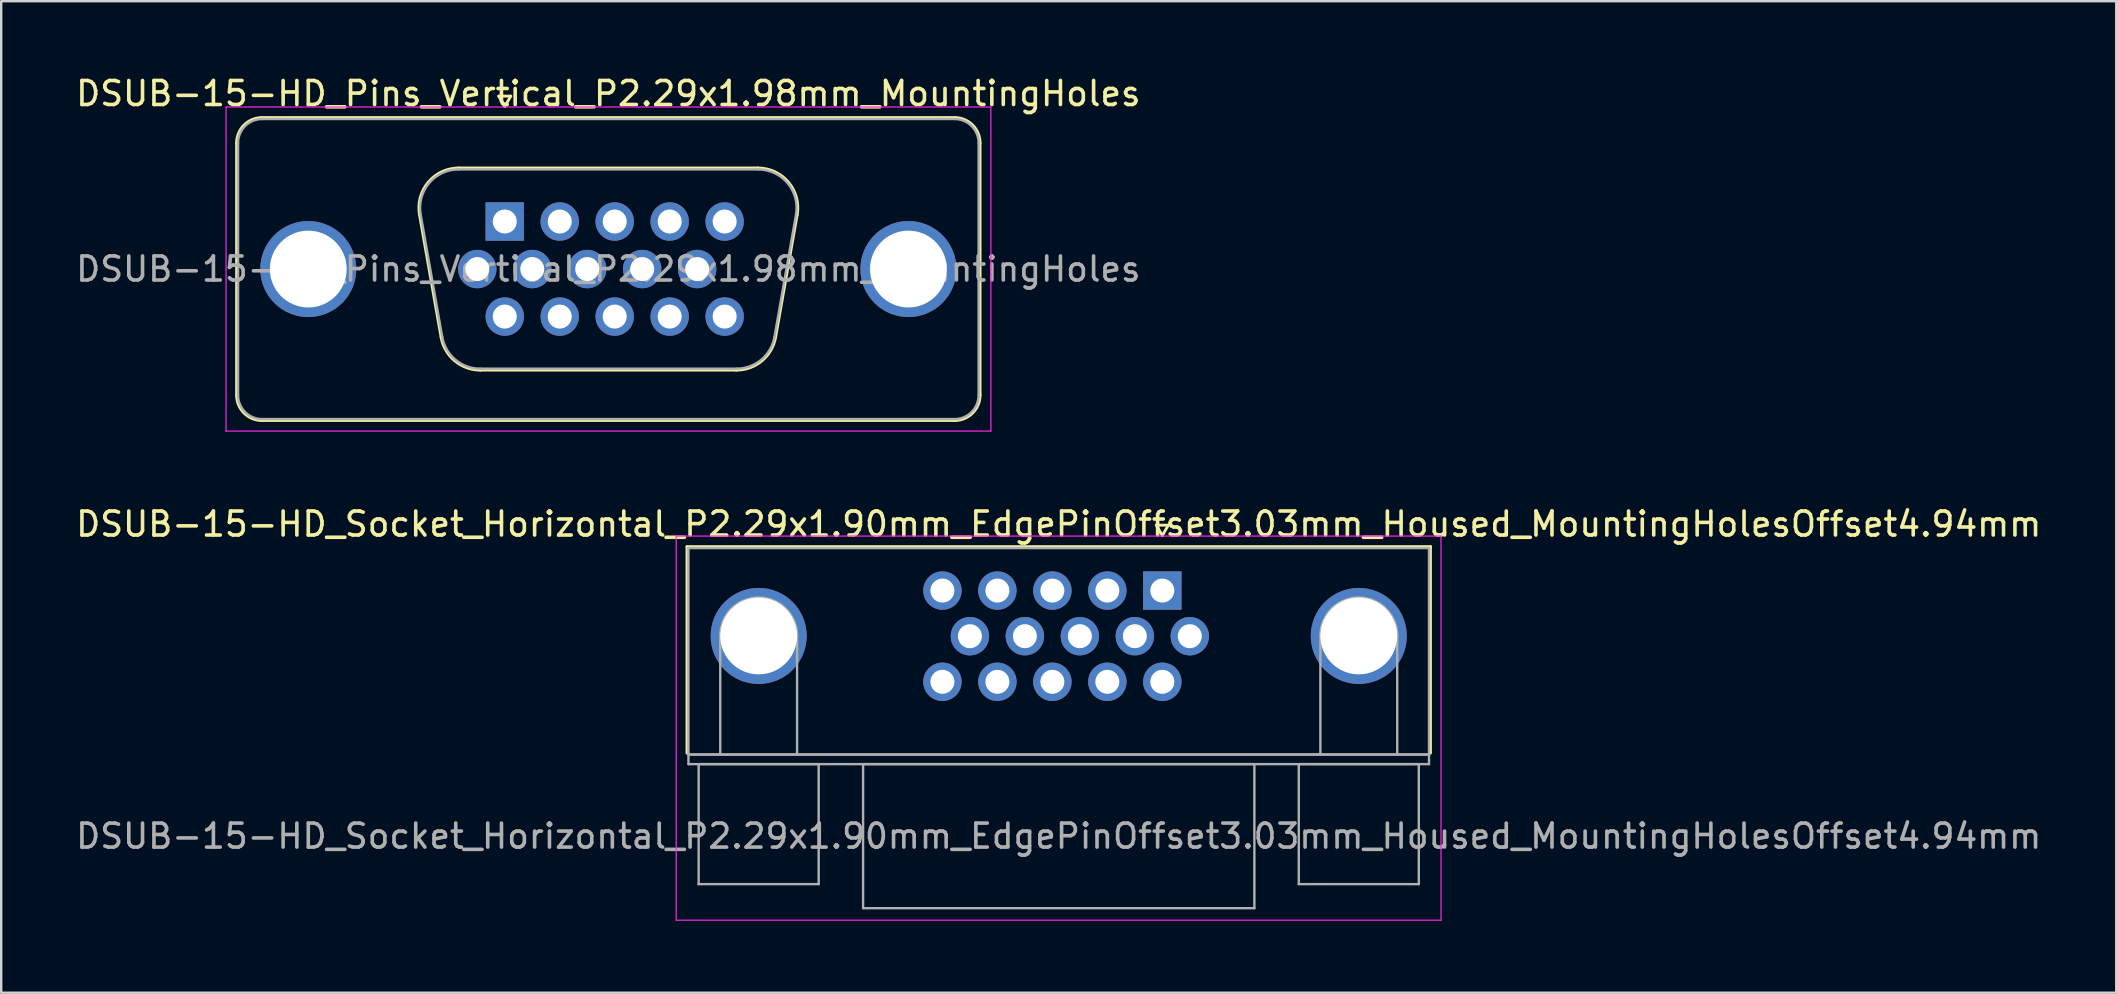
<source format=kicad_pcb>
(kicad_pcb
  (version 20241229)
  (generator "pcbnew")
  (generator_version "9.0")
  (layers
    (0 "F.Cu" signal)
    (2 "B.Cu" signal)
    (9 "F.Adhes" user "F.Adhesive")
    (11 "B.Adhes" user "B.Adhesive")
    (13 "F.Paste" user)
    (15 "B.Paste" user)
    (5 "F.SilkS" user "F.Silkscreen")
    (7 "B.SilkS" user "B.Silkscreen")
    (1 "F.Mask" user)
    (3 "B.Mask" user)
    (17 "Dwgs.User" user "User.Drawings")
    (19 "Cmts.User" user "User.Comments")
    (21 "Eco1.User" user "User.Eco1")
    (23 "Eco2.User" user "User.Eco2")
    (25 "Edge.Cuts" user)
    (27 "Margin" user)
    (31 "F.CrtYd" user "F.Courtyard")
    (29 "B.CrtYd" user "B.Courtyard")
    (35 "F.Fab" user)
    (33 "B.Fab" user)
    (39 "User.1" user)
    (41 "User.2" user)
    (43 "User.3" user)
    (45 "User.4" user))
  (footprint "DSUB-15-HD_Socket_Horizontal_P2.29x1.90mm_EdgePinOffset3.03mm_Housed_MountingHolesOffset4.94mm"
    (layer "F.Cu")
    (at 45.369 21.552)
    (property "Reference" "DSUB-15-HD_Socket_Horizontal_P2.29x1.90mm_EdgePinOffset3.03mm_Housed_MountingHolesOffset4.94mm" (at -4.315 -2.77 0) (layer "F.SilkS") (effects (font (size 1 1) (thickness 0.15))))
    (attr through_hole)
    (fp_line (start -19.8 -1.83) (end 11.17 -1.83) (stroke (width 0.12) (type solid)) (layer "F.SilkS"))
    (fp_line (start -19.8 6.77) (end -19.8 -1.83) (stroke (width 0.12) (type solid)) (layer "F.SilkS"))
    (fp_line (start -0.25 -2.724) (end 0.25 -2.724) (stroke (width 0.12) (type solid)) (layer "F.SilkS"))
    (fp_line (start 0 -2.291) (end -0.25 -2.724) (stroke (width 0.12) (type solid)) (layer "F.SilkS"))
    (fp_line (start 0.25 -2.724) (end 0 -2.291) (stroke (width 0.12) (type solid)) (layer "F.SilkS"))
    (fp_line (start 11.17 -1.83) (end 11.17 6.77) (stroke (width 0.12) (type solid)) (layer "F.SilkS"))
    (fp_line (start -20.25 -2.27) (end -20.25 13.73) (stroke (width 0.05) (type solid)) (layer "F.CrtYd"))
    (fp_line (start -20.25 13.73) (end 11.61 13.73) (stroke (width 0.05) (type solid)) (layer "F.CrtYd"))
    (fp_line (start 11.61 -2.27) (end -20.25 -2.27) (stroke (width 0.05) (type solid)) (layer "F.CrtYd"))
    (fp_line (start 11.61 13.73) (end 11.61 -2.27) (stroke (width 0.05) (type solid)) (layer "F.CrtYd"))
    (fp_line (start -19.74 -1.77) (end -19.74 6.83) (stroke (width 0.1) (type solid)) (layer "F.Fab"))
    (fp_line (start -19.74 6.83) (end -19.74 7.23) (stroke (width 0.1) (type solid)) (layer "F.Fab"))
    (fp_line (start -19.74 6.83) (end 11.11 6.83) (stroke (width 0.1) (type solid)) (layer "F.Fab"))
    (fp_line (start -19.74 7.23) (end 11.11 7.23) (stroke (width 0.1) (type solid)) (layer "F.Fab"))
    (fp_line (start -19.315 7.23) (end -19.315 12.23) (stroke (width 0.1) (type solid)) (layer "F.Fab"))
    (fp_line (start -19.315 12.23) (end -14.315 12.23) (stroke (width 0.1) (type solid)) (layer "F.Fab"))
    (fp_line (start -18.415 6.83) (end -18.415 1.89) (stroke (width 0.1) (type solid)) (layer "F.Fab"))
    (fp_line (start -15.215 6.83) (end -15.215 1.89) (stroke (width 0.1) (type solid)) (layer "F.Fab"))
    (fp_line (start -14.315 7.23) (end -19.315 7.23) (stroke (width 0.1) (type solid)) (layer "F.Fab"))
    (fp_line (start -14.315 12.23) (end -14.315 7.23) (stroke (width 0.1) (type solid)) (layer "F.Fab"))
    (fp_line (start -12.465 7.23) (end -12.465 13.23) (stroke (width 0.1) (type solid)) (layer "F.Fab"))
    (fp_line (start -12.465 13.23) (end 3.835 13.23) (stroke (width 0.1) (type solid)) (layer "F.Fab"))
    (fp_line (start 3.835 7.23) (end -12.465 7.23) (stroke (width 0.1) (type solid)) (layer "F.Fab"))
    (fp_line (start 3.835 13.23) (end 3.835 7.23) (stroke (width 0.1) (type solid)) (layer "F.Fab"))
    (fp_line (start 5.685 7.23) (end 5.685 12.23) (stroke (width 0.1) (type solid)) (layer "F.Fab"))
    (fp_line (start 5.685 12.23) (end 10.685 12.23) (stroke (width 0.1) (type solid)) (layer "F.Fab"))
    (fp_line (start 6.585 6.83) (end 6.585 1.89) (stroke (width 0.1) (type solid)) (layer "F.Fab"))
    (fp_line (start 9.785 6.83) (end 9.785 1.89) (stroke (width 0.1) (type solid)) (layer "F.Fab"))
    (fp_line (start 10.685 7.23) (end 5.685 7.23) (stroke (width 0.1) (type solid)) (layer "F.Fab"))
    (fp_line (start 10.685 12.23) (end 10.685 7.23) (stroke (width 0.1) (type solid)) (layer "F.Fab"))
    (fp_line (start 11.11 -1.77) (end -19.74 -1.77) (stroke (width 0.1) (type solid)) (layer "F.Fab"))
    (fp_line (start 11.11 6.83) (end -19.74 6.83) (stroke (width 0.1) (type solid)) (layer "F.Fab"))
    (fp_line (start 11.11 6.83) (end 11.11 -1.77) (stroke (width 0.1) (type solid)) (layer "F.Fab"))
    (fp_line (start 11.11 7.23) (end 11.11 6.83) (stroke (width 0.1) (type solid)) (layer "F.Fab"))
    (fp_arc (start -18.415 1.89) (mid -16.815 0.29) (end -15.215 1.89) (stroke (width 0.1) (type solid)) (layer "F.Fab"))
    (fp_arc (start 6.585 1.89) (mid 8.185 0.29) (end 9.785 1.89) (stroke (width 0.1) (type solid)) (layer "F.Fab"))
    (fp_text user "${REFERENCE}" (at -4.315 10.23 0) (layer "F.Fab") (effects (font (size 1 1) (thickness 0.15))))
    (pad "0" thru_hole circle (at -16.815 1.89) (size 4 4) (drill 3.2) (layers "*.Cu" "*.Mask"))
    (pad "0" thru_hole circle (at 8.185 1.89) (size 4 4) (drill 3.2) (layers "*.Cu" "*.Mask"))
    (pad "1" thru_hole rect (at 0 0) (size 1.6 1.6) (drill 1) (layers "*.Cu" "*.Mask"))
    (pad "2" thru_hole circle (at -2.29 0) (size 1.6 1.6) (drill 1) (layers "*.Cu" "*.Mask"))
    (pad "3" thru_hole circle (at -4.58 0) (size 1.6 1.6) (drill 1) (layers "*.Cu" "*.Mask"))
    (pad "4" thru_hole circle (at -6.87 0) (size 1.6 1.6) (drill 1) (layers "*.Cu" "*.Mask"))
    (pad "5" thru_hole circle (at -9.16 0) (size 1.6 1.6) (drill 1) (layers "*.Cu" "*.Mask"))
    (pad "6" thru_hole circle (at 1.145 1.9) (size 1.6 1.6) (drill 1) (layers "*.Cu" "*.Mask"))
    (pad "7" thru_hole circle (at -1.145 1.9) (size 1.6 1.6) (drill 1) (layers "*.Cu" "*.Mask"))
    (pad "8" thru_hole circle (at -3.435 1.9) (size 1.6 1.6) (drill 1) (layers "*.Cu" "*.Mask"))
    (pad "9" thru_hole circle (at -5.725 1.9) (size 1.6 1.6) (drill 1) (layers "*.Cu" "*.Mask"))
    (pad "10" thru_hole circle (at -8.015 1.9) (size 1.6 1.6) (drill 1) (layers "*.Cu" "*.Mask"))
    (pad "11" thru_hole circle (at 0 3.8) (size 1.6 1.6) (drill 1) (layers "*.Cu" "*.Mask"))
    (pad "12" thru_hole circle (at -2.29 3.8) (size 1.6 1.6) (drill 1) (layers "*.Cu" "*.Mask"))
    (pad "13" thru_hole circle (at -4.58 3.8) (size 1.6 1.6) (drill 1) (layers "*.Cu" "*.Mask"))
    (pad "14" thru_hole circle (at -6.87 3.8) (size 1.6 1.6) (drill 1) (layers "*.Cu" "*.Mask"))
    (pad "15" thru_hole circle (at -9.16 3.8) (size 1.6 1.6) (drill 1) (layers "*.Cu" "*.Mask")))
  (footprint "DSUB-15-HD_Pins_Vertical_P2.29x1.98mm_MountingHoles"
    (layer "F.Cu")
    (at 17.977 6.178)
    (property "Reference" "DSUB-15-HD_Pins_Vertical_P2.29x1.98mm_MountingHoles" (at 4.315 -5.33 0) (layer "F.SilkS") (effects (font (size 1 1) (thickness 0.15))))
    (attr through_hole)
    (fp_line (start -11.17 7.23) (end -11.17 -3.27) (stroke (width 0.12) (type solid)) (layer "F.SilkS"))
    (fp_line (start -10.11 -4.33) (end 18.74 -4.33) (stroke (width 0.12) (type solid)) (layer "F.SilkS"))
    (fp_line (start -2.652 4.818) (end -3.551 -0.282) (stroke (width 0.12) (type solid)) (layer "F.SilkS"))
    (fp_line (start -1.917 -2.23) (end 10.547 -2.23) (stroke (width 0.12) (type solid)) (layer "F.SilkS"))
    (fp_line (start -0.25 -5.224) (end 0.25 -5.224) (stroke (width 0.12) (type solid)) (layer "F.SilkS"))
    (fp_line (start 0 -4.791) (end -0.25 -5.224) (stroke (width 0.12) (type solid)) (layer "F.SilkS"))
    (fp_line (start 0.25 -5.224) (end 0 -4.791) (stroke (width 0.12) (type solid)) (layer "F.SilkS"))
    (fp_line (start 9.647 6.19) (end -1.017 6.19) (stroke (width 0.12) (type solid)) (layer "F.SilkS"))
    (fp_line (start 12.181 -0.282) (end 11.282 4.818) (stroke (width 0.12) (type solid)) (layer "F.SilkS"))
    (fp_line (start 18.74 8.29) (end -10.11 8.29) (stroke (width 0.12) (type solid)) (layer "F.SilkS"))
    (fp_line (start 19.8 -3.27) (end 19.8 7.23) (stroke (width 0.12) (type solid)) (layer "F.SilkS"))
    (fp_arc (start -11.17 -3.27) (mid -10.859533 -4.019533) (end -10.11 -4.33) (stroke (width 0.12) (type solid)) (layer "F.SilkS"))
    (fp_arc (start -10.11 8.29) (mid -10.859533 7.979533) (end -11.17 7.23) (stroke (width 0.12) (type solid)) (layer "F.SilkS"))
    (fp_arc (start -3.55147 -0.281744) (mid -3.188323 -1.637027) (end -1.916689 -2.23) (stroke (width 0.12) (type solid)) (layer "F.SilkS"))
    (fp_arc (start -1.017421 6.19) (mid -2.084449 5.801634) (end -2.652202 4.818256) (stroke (width 0.12) (type solid)) (layer "F.SilkS"))
    (fp_arc (start 10.546689 -2.23) (mid 11.818323 -1.637027) (end 12.18147 -0.281744) (stroke (width 0.12) (type solid)) (layer "F.SilkS"))
    (fp_arc (start 11.282202 4.818256) (mid 10.714449 5.801634) (end 9.647421 6.19) (stroke (width 0.12) (type solid)) (layer "F.SilkS"))
    (fp_arc (start 18.74 -4.33) (mid 19.489533 -4.019533) (end 19.8 -3.27) (stroke (width 0.12) (type solid)) (layer "F.SilkS"))
    (fp_arc (start 19.8 7.23) (mid 19.489533 7.979533) (end 18.74 8.29) (stroke (width 0.12) (type solid)) (layer "F.SilkS"))
    (fp_line (start -11.61 -4.77) (end -11.61 8.73) (stroke (width 0.05) (type solid)) (layer "F.CrtYd"))
    (fp_line (start -11.61 8.73) (end 20.25 8.73) (stroke (width 0.05) (type solid)) (layer "F.CrtYd"))
    (fp_line (start 20.25 -4.77) (end -11.61 -4.77) (stroke (width 0.05) (type solid)) (layer "F.CrtYd"))
    (fp_line (start 20.25 8.73) (end 20.25 -4.77) (stroke (width 0.05) (type solid)) (layer "F.CrtYd"))
    (fp_line (start -11.11 7.23) (end -11.11 -3.27) (stroke (width 0.1) (type solid)) (layer "F.Fab"))
    (fp_line (start -10.11 -4.27) (end 18.74 -4.27) (stroke (width 0.1) (type solid)) (layer "F.Fab"))
    (fp_line (start -2.605 4.808) (end -3.504 -0.292) (stroke (width 0.1) (type solid)) (layer "F.Fab"))
    (fp_line (start -1.928 -2.17) (end 10.558 -2.17) (stroke (width 0.1) (type solid)) (layer "F.Fab"))
    (fp_line (start 9.659 6.13) (end -1.029 6.13) (stroke (width 0.1) (type solid)) (layer "F.Fab"))
    (fp_line (start 12.134 -0.292) (end 11.235 4.808) (stroke (width 0.1) (type solid)) (layer "F.Fab"))
    (fp_line (start 18.74 8.23) (end -10.11 8.23) (stroke (width 0.1) (type solid)) (layer "F.Fab"))
    (fp_line (start 19.74 -3.27) (end 19.74 7.23) (stroke (width 0.1) (type solid)) (layer "F.Fab"))
    (fp_arc (start -11.11 -3.27) (mid -10.817107 -3.977107) (end -10.11 -4.27) (stroke (width 0.1) (type solid)) (layer "F.Fab"))
    (fp_arc (start -10.11 8.23) (mid -10.817107 7.937107) (end -11.11 7.23) (stroke (width 0.1) (type solid)) (layer "F.Fab"))
    (fp_arc (start -3.503887 -0.292163) (mid -3.153865 -1.59846) (end -1.928194 -2.17) (stroke (width 0.1) (type solid)) (layer "F.Fab"))
    (fp_arc (start -1.028927 6.13) (mid -2.057387 5.755671) (end -2.604619 4.807837) (stroke (width 0.1) (type solid)) (layer "F.Fab"))
    (fp_arc (start 10.558194 -2.17) (mid 11.783865 -1.59846) (end 12.133887 -0.292163) (stroke (width 0.1) (type solid)) (layer "F.Fab"))
    (fp_arc (start 11.234619 4.807837) (mid 10.687387 5.755671) (end 9.658927 6.13) (stroke (width 0.1) (type solid)) (layer "F.Fab"))
    (fp_arc (start 18.74 -4.27) (mid 19.447107 -3.977107) (end 19.74 -3.27) (stroke (width 0.1) (type solid)) (layer "F.Fab"))
    (fp_arc (start 19.74 7.23) (mid 19.447107 7.937107) (end 18.74 8.23) (stroke (width 0.1) (type solid)) (layer "F.Fab"))
    (fp_text user "${REFERENCE}" (at 4.315 1.98 0) (layer "F.Fab") (effects (font (size 1 1) (thickness 0.15))))
    (pad "0" thru_hole circle (at -8.185 1.98) (size 4 4) (drill 3.2) (layers "*.Cu" "*.Mask"))
    (pad "0" thru_hole circle (at 16.815 1.98) (size 4 4) (drill 3.2) (layers "*.Cu" "*.Mask"))
    (pad "1" thru_hole rect (at 0 0) (size 1.6 1.6) (drill 1) (layers "*.Cu" "*.Mask"))
    (pad "2" thru_hole circle (at 2.29 0) (size 1.6 1.6) (drill 1) (layers "*.Cu" "*.Mask"))
    (pad "3" thru_hole circle (at 4.58 0) (size 1.6 1.6) (drill 1) (layers "*.Cu" "*.Mask"))
    (pad "4" thru_hole circle (at 6.87 0) (size 1.6 1.6) (drill 1) (layers "*.Cu" "*.Mask"))
    (pad "5" thru_hole circle (at 9.16 0) (size 1.6 1.6) (drill 1) (layers "*.Cu" "*.Mask"))
    (pad "6" thru_hole circle (at -1.145 1.98) (size 1.6 1.6) (drill 1) (layers "*.Cu" "*.Mask"))
    (pad "7" thru_hole circle (at 1.145 1.98) (size 1.6 1.6) (drill 1) (layers "*.Cu" "*.Mask"))
    (pad "8" thru_hole circle (at 3.435 1.98) (size 1.6 1.6) (drill 1) (layers "*.Cu" "*.Mask"))
    (pad "9" thru_hole circle (at 5.725 1.98) (size 1.6 1.6) (drill 1) (layers "*.Cu" "*.Mask"))
    (pad "10" thru_hole circle (at 8.015 1.98) (size 1.6 1.6) (drill 1) (layers "*.Cu" "*.Mask"))
    (pad "11" thru_hole circle (at 0 3.96) (size 1.6 1.6) (drill 1) (layers "*.Cu" "*.Mask"))
    (pad "12" thru_hole circle (at 2.29 3.96) (size 1.6 1.6) (drill 1) (layers "*.Cu" "*.Mask"))
    (pad "13" thru_hole circle (at 4.58 3.96) (size 1.6 1.6) (drill 1) (layers "*.Cu" "*.Mask"))
    (pad "14" thru_hole circle (at 6.87 3.96) (size 1.6 1.6) (drill 1) (layers "*.Cu" "*.Mask"))
    (pad "15" thru_hole circle (at 9.16 3.96) (size 1.6 1.6) (drill 1) (layers "*.Cu" "*.Mask")))
  (gr_rect
    (start -3 -3)
    (end 85.107 38.306)
    (stroke (width 0.1) (type default))
    (fill no)
    (layer "Edge.Cuts")))
</source>
